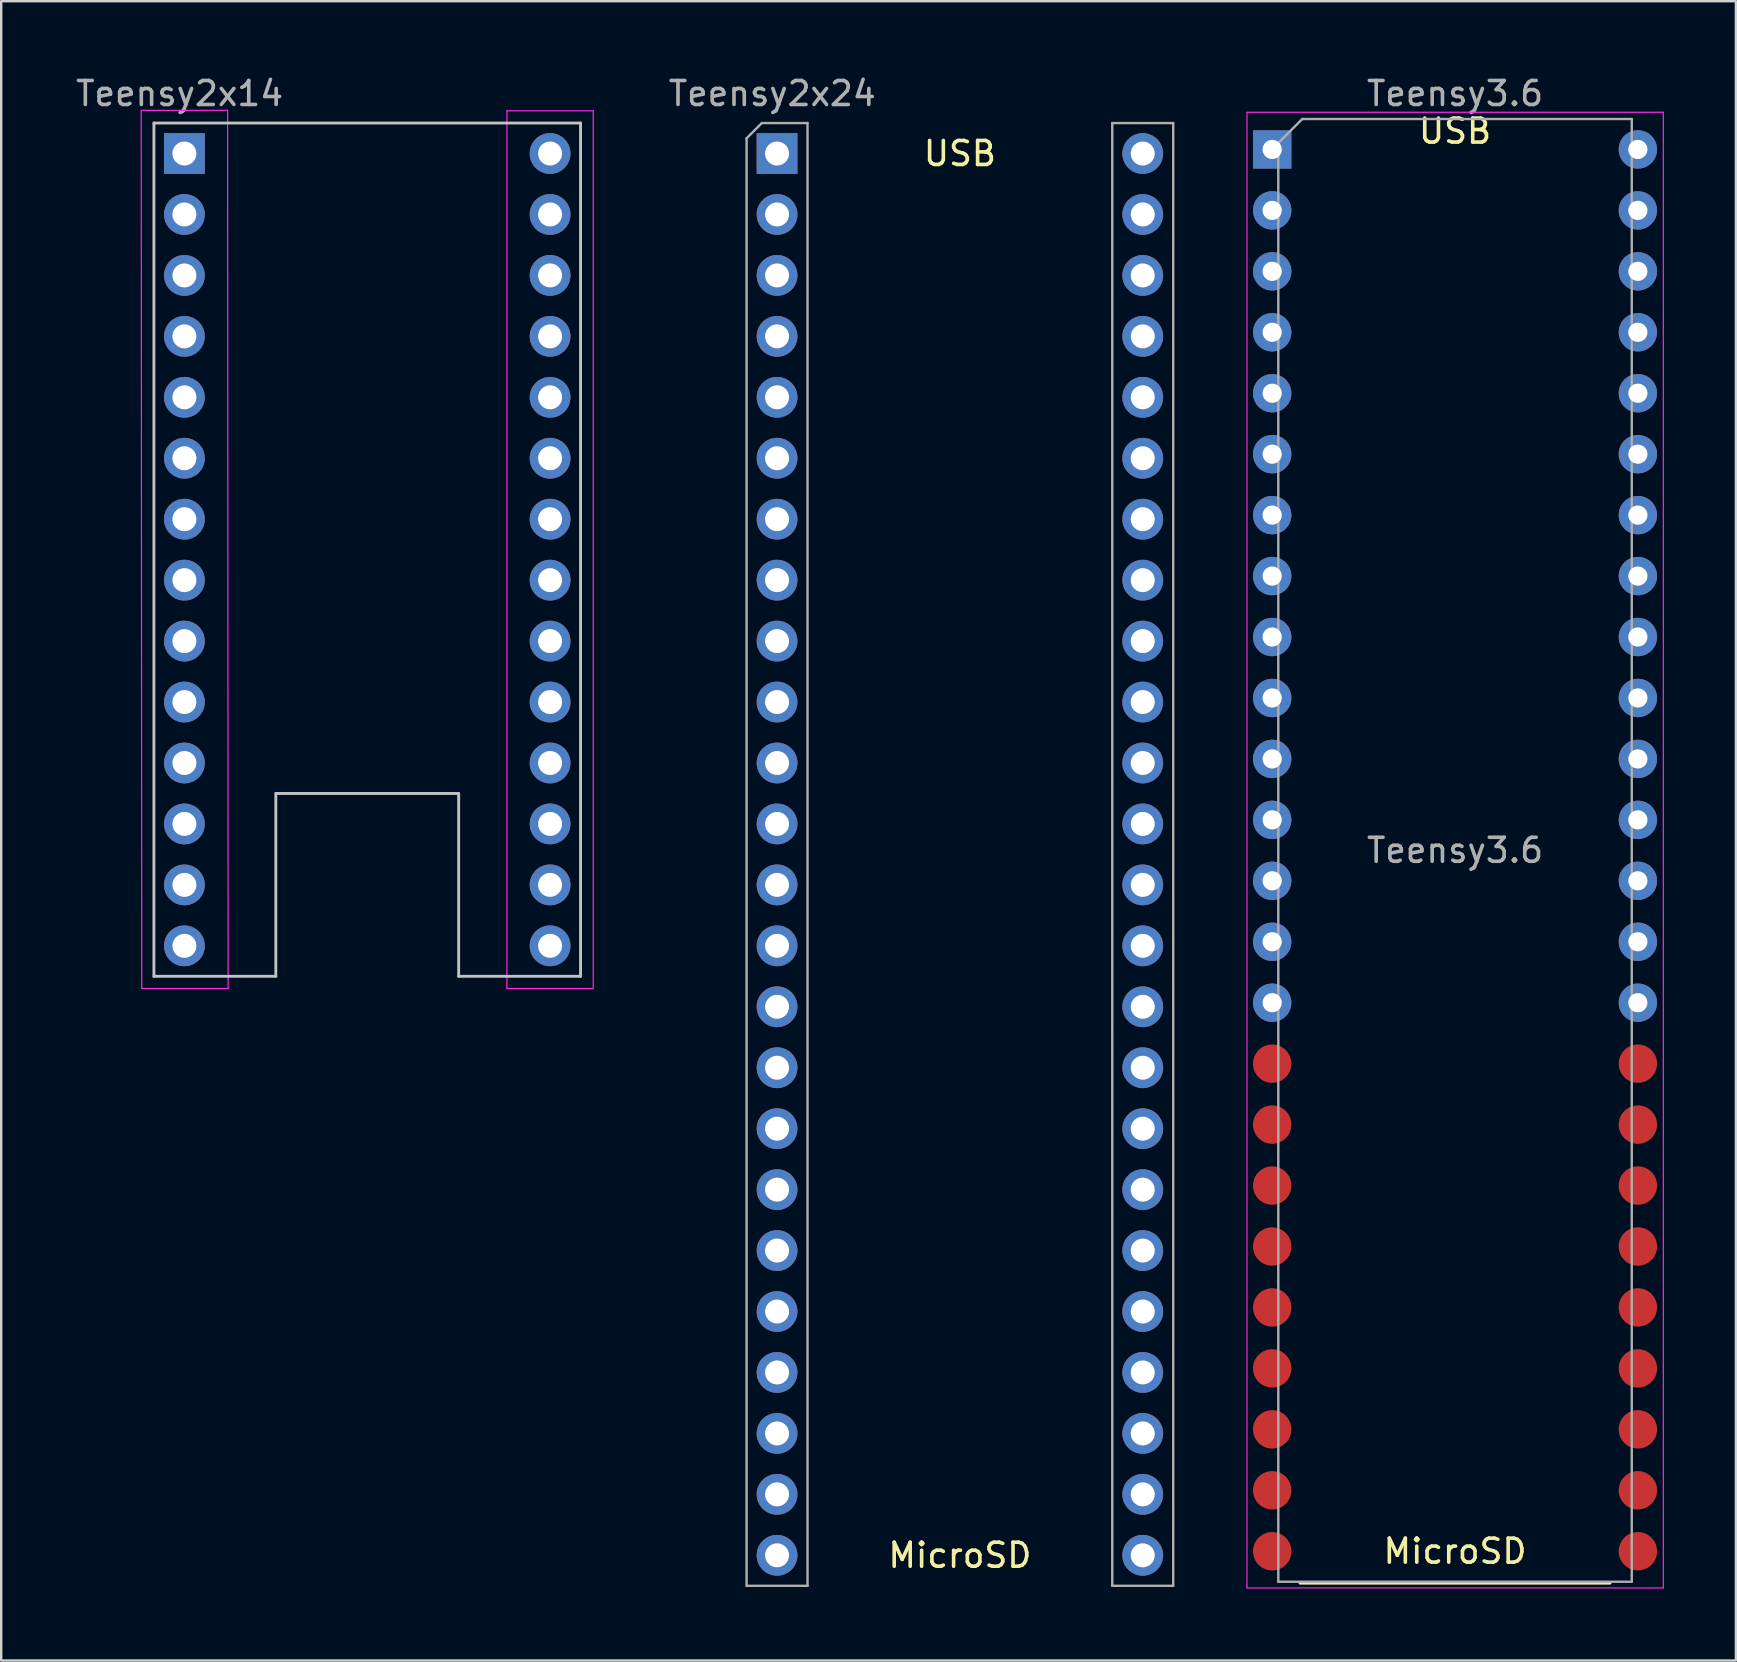
<source format=kicad_pcb>
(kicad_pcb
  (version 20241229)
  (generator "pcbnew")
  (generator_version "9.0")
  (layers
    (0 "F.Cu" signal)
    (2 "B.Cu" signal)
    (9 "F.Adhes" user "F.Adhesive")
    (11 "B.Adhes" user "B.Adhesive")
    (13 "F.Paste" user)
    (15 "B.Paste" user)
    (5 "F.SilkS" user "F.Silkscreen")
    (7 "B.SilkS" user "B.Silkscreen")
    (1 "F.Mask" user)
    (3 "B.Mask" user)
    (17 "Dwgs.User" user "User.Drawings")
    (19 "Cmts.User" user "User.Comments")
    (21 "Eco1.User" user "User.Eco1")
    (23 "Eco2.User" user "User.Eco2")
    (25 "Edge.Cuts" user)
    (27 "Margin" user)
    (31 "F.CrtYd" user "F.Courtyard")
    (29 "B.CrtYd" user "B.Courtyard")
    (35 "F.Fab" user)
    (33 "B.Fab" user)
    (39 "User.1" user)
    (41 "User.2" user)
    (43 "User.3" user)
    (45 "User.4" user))
  (footprint "Teensy3.6"
    (layer "F.Cu")
    (at 49.969 3.178)
    (property "Reference" "Teensy3.6" (at 7.62 -2.33 0) (layer "F.Fab") (effects (font (size 1 1) (thickness 0.15))))
    (attr through_hole)
    (fp_line (start 1.16 59.75) (end 14.08 59.75) (stroke (width 0.12) (type solid)) (layer "F.SilkS"))
    (fp_line (start -1.05 -1.55) (end -1.05 59.95) (stroke (width 0.05) (type solid)) (layer "F.CrtYd"))
    (fp_line (start -1.05 59.95) (end 16.3 59.95) (stroke (width 0.05) (type solid)) (layer "F.CrtYd"))
    (fp_line (start 16.3 -1.55) (end -1.05 -1.55) (stroke (width 0.05) (type solid)) (layer "F.CrtYd"))
    (fp_line (start 16.3 59.95) (end 16.3 -1.55) (stroke (width 0.05) (type solid)) (layer "F.CrtYd"))
    (fp_line (start 0.255 -0.27) (end 1.255 -1.27) (stroke (width 0.1) (type solid)) (layer "F.Fab"))
    (fp_line (start 0.255 59.69) (end 0.255 -0.27) (stroke (width 0.1) (type solid)) (layer "F.Fab"))
    (fp_line (start 1.255 -1.27) (end 14.985 -1.27) (stroke (width 0.1) (type solid)) (layer "F.Fab"))
    (fp_line (start 14.985 -1.27) (end 14.985 59.69) (stroke (width 0.1) (type solid)) (layer "F.Fab"))
    (fp_line (start 14.985 59.69) (end 0.255 59.69) (stroke (width 0.1) (type solid)) (layer "F.Fab"))
    (fp_text user "MicroSD" (at 7.62 58.42 0) (layer "F.SilkS") (effects (font (size 1 1) (thickness 0.15))))
    (fp_text user "USB" (at 7.62 -0.762 0) (layer "F.SilkS") (effects (font (size 1 1) (thickness 0.15))))
    (fp_text user "${REFERENCE}" (at 7.62 29.21 0) (layer "F.Fab") (effects (font (size 1 1) (thickness 0.15))))
    (pad "1" thru_hole rect (at 0 0) (size 1.6 1.6) (drill 0.8) (layers "*.Cu" "*.Mask"))
    (pad "2" thru_hole oval (at 0 2.54) (size 1.6 1.6) (drill 0.8) (layers "*.Cu" "*.Mask"))
    (pad "3" thru_hole oval (at 0 5.08) (size 1.6 1.6) (drill 0.8) (layers "*.Cu" "*.Mask"))
    (pad "4" thru_hole oval (at 0 7.62) (size 1.6 1.6) (drill 0.8) (layers "*.Cu" "*.Mask"))
    (pad "5" thru_hole oval (at 0 10.16) (size 1.6 1.6) (drill 0.8) (layers "*.Cu" "*.Mask"))
    (pad "6" thru_hole oval (at 0 12.7) (size 1.6 1.6) (drill 0.8) (layers "*.Cu" "*.Mask"))
    (pad "7" thru_hole oval (at 0 15.24) (size 1.6 1.6) (drill 0.8) (layers "*.Cu" "*.Mask"))
    (pad "8" thru_hole oval (at 0 17.78) (size 1.6 1.6) (drill 0.8) (layers "*.Cu" "*.Mask"))
    (pad "9" thru_hole oval (at 0 20.32) (size 1.6 1.6) (drill 0.8) (layers "*.Cu" "*.Mask"))
    (pad "10" thru_hole oval (at 0 22.86) (size 1.6 1.6) (drill 0.8) (layers "*.Cu" "*.Mask"))
    (pad "11" thru_hole oval (at 0 25.4) (size 1.6 1.6) (drill 0.8) (layers "*.Cu" "*.Mask"))
    (pad "12" thru_hole oval (at 0 27.94) (size 1.6 1.6) (drill 0.8) (layers "*.Cu" "*.Mask"))
    (pad "13" thru_hole oval (at 0 30.48) (size 1.6 1.6) (drill 0.8) (layers "*.Cu" "*.Mask"))
    (pad "14" thru_hole oval (at 0 33.02) (size 1.6 1.6) (drill 0.8) (layers "*.Cu" "*.Mask"))
    (pad "15" thru_hole oval (at 0 35.56) (size 1.6 1.6) (drill 0.8) (layers "*.Cu" "*.Mask"))
    (pad "16" smd oval (at 0 38.1) (size 1.6 1.6) (layers "F.Cu" "F.Mask" "F.Paste"))
    (pad "17" smd oval (at 0 40.64) (size 1.6 1.6) (layers "F.Cu" "F.Mask" "F.Paste"))
    (pad "18" smd oval (at 0 43.18) (size 1.6 1.6) (layers "F.Cu" "F.Mask" "F.Paste"))
    (pad "19" smd oval (at 0 45.72) (size 1.6 1.6) (layers "F.Cu" "F.Mask" "F.Paste"))
    (pad "20" smd oval (at 0 48.26) (size 1.6 1.6) (layers "F.Cu" "F.Mask" "F.Paste"))
    (pad "21" smd oval (at 0 50.8) (size 1.6 1.6) (layers "F.Cu" "F.Mask" "F.Paste"))
    (pad "22" smd oval (at 0 53.34) (size 1.6 1.6) (layers "F.Cu" "F.Mask" "F.Paste"))
    (pad "23" smd oval (at 0 55.88) (size 1.6 1.6) (layers "F.Cu" "F.Mask" "F.Paste"))
    (pad "24" smd oval (at 0 58.42) (size 1.6 1.6) (layers "F.Cu" "F.Mask" "F.Paste"))
    (pad "25" smd oval (at 15.24 58.42) (size 1.6 1.6) (layers "F.Cu" "F.Mask" "F.Paste"))
    (pad "26" smd oval (at 15.24 55.88) (size 1.6 1.6) (layers "F.Cu" "F.Mask" "F.Paste"))
    (pad "27" smd oval (at 15.24 53.34) (size 1.6 1.6) (layers "F.Cu" "F.Mask" "F.Paste"))
    (pad "28" smd oval (at 15.24 50.8) (size 1.6 1.6) (layers "F.Cu" "F.Mask" "F.Paste"))
    (pad "29" smd oval (at 15.24 48.26) (size 1.6 1.6) (layers "F.Cu" "F.Mask" "F.Paste"))
    (pad "30" smd oval (at 15.24 45.72) (size 1.6 1.6) (layers "F.Cu" "F.Mask" "F.Paste"))
    (pad "31" smd oval (at 15.24 43.18) (size 1.6 1.6) (layers "F.Cu" "F.Mask" "F.Paste"))
    (pad "32" smd oval (at 15.24 40.64) (size 1.6 1.6) (layers "F.Cu" "F.Mask" "F.Paste"))
    (pad "33" smd oval (at 15.24 38.1) (size 1.6 1.6) (layers "F.Cu" "F.Mask" "F.Paste"))
    (pad "34" thru_hole oval (at 15.24 35.56) (size 1.6 1.6) (drill 0.8) (layers "*.Cu" "*.Mask"))
    (pad "35" thru_hole oval (at 15.24 33.02) (size 1.6 1.6) (drill 0.8) (layers "*.Cu" "*.Mask"))
    (pad "36" thru_hole oval (at 15.24 30.48) (size 1.6 1.6) (drill 0.8) (layers "*.Cu" "*.Mask"))
    (pad "37" thru_hole oval (at 15.24 27.94) (size 1.6 1.6) (drill 0.8) (layers "*.Cu" "*.Mask"))
    (pad "38" thru_hole oval (at 15.24 25.4) (size 1.6 1.6) (drill 0.8) (layers "*.Cu" "*.Mask"))
    (pad "39" thru_hole oval (at 15.24 22.86) (size 1.6 1.6) (drill 0.8) (layers "*.Cu" "*.Mask"))
    (pad "40" thru_hole oval (at 15.24 20.32) (size 1.6 1.6) (drill 0.8) (layers "*.Cu" "*.Mask"))
    (pad "41" thru_hole oval (at 15.24 17.78) (size 1.6 1.6) (drill 0.8) (layers "*.Cu" "*.Mask"))
    (pad "42" thru_hole oval (at 15.24 15.24) (size 1.6 1.6) (drill 0.8) (layers "*.Cu" "*.Mask"))
    (pad "43" thru_hole oval (at 15.24 12.7) (size 1.6 1.6) (drill 0.8) (layers "*.Cu" "*.Mask"))
    (pad "44" thru_hole oval (at 15.24 10.16) (size 1.6 1.6) (drill 0.8) (layers "*.Cu" "*.Mask"))
    (pad "45" thru_hole oval (at 15.24 7.62) (size 1.6 1.6) (drill 0.8) (layers "*.Cu" "*.Mask"))
    (pad "46" thru_hole oval (at 15.24 5.08) (size 1.6 1.6) (drill 0.8) (layers "*.Cu" "*.Mask"))
    (pad "47" thru_hole oval (at 15.24 2.54) (size 1.6 1.6) (drill 0.8) (layers "*.Cu" "*.Mask"))
    (pad "48" thru_hole oval (at 15.24 0) (size 1.6 1.6) (drill 0.8) (layers "*.Cu" "*.Mask")))
  (footprint "Teensy2x24"
    (layer "F.Cu")
    (at 29.334 3.348)
    (property "Reference" "Teensy2x24" (at -0.2 -2.5 0) (layer "F.Fab") (effects (font (size 1 1) (thickness 0.15))))
    (attr through_hole)
    (fp_line (start -1.27 -0.635) (end -0.635 -1.27) (stroke (width 0.1) (type solid)) (layer "F.Fab"))
    (fp_line (start -1.27 59.69) (end -1.27 -0.635) (stroke (width 0.1) (type solid)) (layer "F.Fab"))
    (fp_line (start -0.635 -1.27) (end 1.27 -1.27) (stroke (width 0.1) (type solid)) (layer "F.Fab"))
    (fp_line (start 1.27 -1.27) (end 1.27 59.69) (stroke (width 0.1) (type solid)) (layer "F.Fab"))
    (fp_line (start 1.27 59.69) (end -1.27 59.69) (stroke (width 0.1) (type solid)) (layer "F.Fab"))
    (fp_line (start 13.97 -1.27) (end 16.51 -1.27) (stroke (width 0.1) (type solid)) (layer "F.Fab"))
    (fp_line (start 13.97 59.69) (end 13.97 -1.27) (stroke (width 0.1) (type solid)) (layer "F.Fab"))
    (fp_line (start 16.51 -1.27) (end 16.51 59.69) (stroke (width 0.1) (type solid)) (layer "F.Fab"))
    (fp_line (start 16.51 59.69) (end 13.97 59.69) (stroke (width 0.1) (type solid)) (layer "F.Fab"))
    (fp_text user "MicroSD" (at 7.62 58.42 0) (layer "F.SilkS") (effects (font (size 1 1) (thickness 0.15))))
    (fp_text user "USB" (at 7.62 0 0) (layer "F.SilkS") (effects (font (size 1 1) (thickness 0.15))))
    (pad "1" thru_hole rect (at 0 0) (size 1.7 1.7) (drill 1) (layers "*.Cu" "*.Mask"))
    (pad "2" thru_hole oval (at 0 2.54) (size 1.7 1.7) (drill 1) (layers "*.Cu" "*.Mask"))
    (pad "3" thru_hole oval (at 0 5.08) (size 1.7 1.7) (drill 1) (layers "*.Cu" "*.Mask"))
    (pad "4" thru_hole oval (at 0 7.62) (size 1.7 1.7) (drill 1) (layers "*.Cu" "*.Mask"))
    (pad "5" thru_hole oval (at 0 10.16) (size 1.7 1.7) (drill 1) (layers "*.Cu" "*.Mask"))
    (pad "6" thru_hole oval (at 0 12.7) (size 1.7 1.7) (drill 1) (layers "*.Cu" "*.Mask"))
    (pad "7" thru_hole oval (at 0 15.24) (size 1.7 1.7) (drill 1) (layers "*.Cu" "*.Mask"))
    (pad "8" thru_hole oval (at 0 17.78) (size 1.7 1.7) (drill 1) (layers "*.Cu" "*.Mask"))
    (pad "9" thru_hole oval (at 0 20.32) (size 1.7 1.7) (drill 1) (layers "*.Cu" "*.Mask"))
    (pad "10" thru_hole oval (at 0 22.86) (size 1.7 1.7) (drill 1) (layers "*.Cu" "*.Mask"))
    (pad "11" thru_hole oval (at 0 25.4) (size 1.7 1.7) (drill 1) (layers "*.Cu" "*.Mask"))
    (pad "12" thru_hole oval (at 0 27.94) (size 1.7 1.7) (drill 1) (layers "*.Cu" "*.Mask"))
    (pad "13" thru_hole oval (at 0 30.48) (size 1.7 1.7) (drill 1) (layers "*.Cu" "*.Mask"))
    (pad "14" thru_hole oval (at 0 33.02) (size 1.7 1.7) (drill 1) (layers "*.Cu" "*.Mask"))
    (pad "15" thru_hole oval (at 0 35.56) (size 1.7 1.7) (drill 1) (layers "*.Cu" "*.Mask"))
    (pad "16" thru_hole oval (at 0 38.1) (size 1.7 1.7) (drill 1) (layers "*.Cu" "*.Mask"))
    (pad "17" thru_hole oval (at 0 40.64) (size 1.7 1.7) (drill 1) (layers "*.Cu" "*.Mask"))
    (pad "18" thru_hole oval (at 0 43.18) (size 1.7 1.7) (drill 1) (layers "*.Cu" "*.Mask"))
    (pad "19" thru_hole oval (at 0 45.72) (size 1.7 1.7) (drill 1) (layers "*.Cu" "*.Mask"))
    (pad "20" thru_hole oval (at 0 48.26) (size 1.7 1.7) (drill 1) (layers "*.Cu" "*.Mask"))
    (pad "21" thru_hole oval (at 0 50.8) (size 1.7 1.7) (drill 1) (layers "*.Cu" "*.Mask"))
    (pad "22" thru_hole oval (at 0 53.34) (size 1.7 1.7) (drill 1) (layers "*.Cu" "*.Mask"))
    (pad "23" thru_hole oval (at 0 55.88) (size 1.7 1.7) (drill 1) (layers "*.Cu" "*.Mask"))
    (pad "24" thru_hole oval (at 0 58.42) (size 1.7 1.7) (drill 1) (layers "*.Cu" "*.Mask"))
    (pad "25" thru_hole circle (at 15.24 58.42 180) (size 1.7 1.7) (drill 1) (layers "*.Cu" "*.Mask"))
    (pad "26" thru_hole oval (at 15.24 55.88 180) (size 1.7 1.7) (drill 1) (layers "*.Cu" "*.Mask"))
    (pad "27" thru_hole oval (at 15.24 53.34 180) (size 1.7 1.7) (drill 1) (layers "*.Cu" "*.Mask"))
    (pad "28" thru_hole oval (at 15.24 50.8 180) (size 1.7 1.7) (drill 1) (layers "*.Cu" "*.Mask"))
    (pad "29" thru_hole oval (at 15.24 48.26 180) (size 1.7 1.7) (drill 1) (layers "*.Cu" "*.Mask"))
    (pad "30" thru_hole oval (at 15.24 45.72 180) (size 1.7 1.7) (drill 1) (layers "*.Cu" "*.Mask"))
    (pad "31" thru_hole oval (at 15.24 43.18 180) (size 1.7 1.7) (drill 1) (layers "*.Cu" "*.Mask"))
    (pad "32" thru_hole oval (at 15.24 40.64 180) (size 1.7 1.7) (drill 1) (layers "*.Cu" "*.Mask"))
    (pad "33" thru_hole oval (at 15.24 38.1 180) (size 1.7 1.7) (drill 1) (layers "*.Cu" "*.Mask"))
    (pad "34" thru_hole oval (at 15.24 35.56 180) (size 1.7 1.7) (drill 1) (layers "*.Cu" "*.Mask"))
    (pad "35" thru_hole oval (at 15.24 33.02 180) (size 1.7 1.7) (drill 1) (layers "*.Cu" "*.Mask"))
    (pad "36" thru_hole oval (at 15.24 30.48 180) (size 1.7 1.7) (drill 1) (layers "*.Cu" "*.Mask"))
    (pad "37" thru_hole oval (at 15.24 27.94 180) (size 1.7 1.7) (drill 1) (layers "*.Cu" "*.Mask"))
    (pad "38" thru_hole oval (at 15.24 25.4 180) (size 1.7 1.7) (drill 1) (layers "*.Cu" "*.Mask"))
    (pad "39" thru_hole oval (at 15.24 22.86 180) (size 1.7 1.7) (drill 1) (layers "*.Cu" "*.Mask"))
    (pad "40" thru_hole oval (at 15.24 20.32 180) (size 1.7 1.7) (drill 1) (layers "*.Cu" "*.Mask"))
    (pad "41" thru_hole oval (at 15.24 17.78 180) (size 1.7 1.7) (drill 1) (layers "*.Cu" "*.Mask"))
    (pad "42" thru_hole oval (at 15.24 15.24 180) (size 1.7 1.7) (drill 1) (layers "*.Cu" "*.Mask"))
    (pad "43" thru_hole oval (at 15.24 12.7 180) (size 1.7 1.7) (drill 1) (layers "*.Cu" "*.Mask"))
    (pad "44" thru_hole oval (at 15.24 10.16 180) (size 1.7 1.7) (drill 1) (layers "*.Cu" "*.Mask"))
    (pad "45" thru_hole oval (at 15.24 7.62 180) (size 1.7 1.7) (drill 1) (layers "*.Cu" "*.Mask"))
    (pad "46" thru_hole oval (at 15.24 5.08 180) (size 1.7 1.7) (drill 1) (layers "*.Cu" "*.Mask"))
    (pad "47" thru_hole oval (at 15.24 2.54 180) (size 1.7 1.7) (drill 1) (layers "*.Cu" "*.Mask"))
    (pad "48" thru_hole oval (at 15.24 0 180) (size 1.7 1.7) (drill 1) (layers "*.Cu" "*.Mask")))
  (footprint "Teensy2x14"
    (layer "F.Cu")
    (at 4.635 3.348)
    (property "Reference" "Teensy2x14" (at -0.2 -2.5 0) (layer "F.Fab") (effects (font (size 1 1) (thickness 0.15))))
    (attr through_hole)
    (fp_line (start -1.27 -1.27) (end 16.51 -1.27) (stroke (width 0.12) (type solid)) (layer "Dwgs.User"))
    (fp_line (start -1.27 34.29) (end -1.27 -1.27) (stroke (width 0.12) (type solid)) (layer "Dwgs.User"))
    (fp_line (start 3.81 26.67) (end 3.81 34.29) (stroke (width 0.12) (type solid)) (layer "Dwgs.User"))
    (fp_line (start 3.81 34.29) (end -1.27 34.29) (stroke (width 0.12) (type solid)) (layer "Dwgs.User"))
    (fp_line (start 11.43 26.67) (end 3.81 26.67) (stroke (width 0.12) (type solid)) (layer "Dwgs.User"))
    (fp_line (start 11.43 34.29) (end 11.43 26.67) (stroke (width 0.12) (type solid)) (layer "Dwgs.User"))
    (fp_line (start 16.51 -1.27) (end 16.51 34.29) (stroke (width 0.12) (type solid)) (layer "Dwgs.User"))
    (fp_line (start 16.51 34.29) (end 11.43 34.29) (stroke (width 0.12) (type solid)) (layer "Dwgs.User"))
    (fp_line (start -1.8 -1.8) (end -1.778 34.798) (stroke (width 0.05) (type solid)) (layer "F.CrtYd"))
    (fp_line (start -1.778 34.798) (end 1.822 34.798) (stroke (width 0.05) (type solid)) (layer "F.CrtYd"))
    (fp_line (start 1.8 -1.8) (end -1.8 -1.8) (stroke (width 0.05) (type solid)) (layer "F.CrtYd"))
    (fp_line (start 1.822 34.798) (end 1.8 -1.8) (stroke (width 0.05) (type solid)) (layer "F.CrtYd"))
    (fp_line (start 13.44 -1.78) (end 13.44 34.798) (stroke (width 0.05) (type solid)) (layer "F.CrtYd"))
    (fp_line (start 13.44 34.798) (end 17.04 34.798) (stroke (width 0.05) (type solid)) (layer "F.CrtYd"))
    (fp_line (start 17.04 -1.78) (end 13.44 -1.78) (stroke (width 0.05) (type solid)) (layer "F.CrtYd"))
    (fp_line (start 17.04 34.798) (end 17.04 -1.78) (stroke (width 0.05) (type solid)) (layer "F.CrtYd"))
    (pad "1" thru_hole rect (at 0 0) (size 1.7 1.7) (drill 1) (layers "*.Cu" "*.Mask"))
    (pad "2" thru_hole oval (at 0 2.54) (size 1.7 1.7) (drill 1) (layers "*.Cu" "*.Mask"))
    (pad "3" thru_hole oval (at 0 5.08) (size 1.7 1.7) (drill 1) (layers "*.Cu" "*.Mask"))
    (pad "4" thru_hole oval (at 0 7.62) (size 1.7 1.7) (drill 1) (layers "*.Cu" "*.Mask"))
    (pad "5" thru_hole oval (at 0 10.16) (size 1.7 1.7) (drill 1) (layers "*.Cu" "*.Mask"))
    (pad "6" thru_hole oval (at 0 12.7) (size 1.7 1.7) (drill 1) (layers "*.Cu" "*.Mask"))
    (pad "7" thru_hole oval (at 0 15.24) (size 1.7 1.7) (drill 1) (layers "*.Cu" "*.Mask"))
    (pad "8" thru_hole oval (at 0 17.78) (size 1.7 1.7) (drill 1) (layers "*.Cu" "*.Mask"))
    (pad "9" thru_hole oval (at 0 20.32) (size 1.7 1.7) (drill 1) (layers "*.Cu" "*.Mask"))
    (pad "10" thru_hole oval (at 0 22.86) (size 1.7 1.7) (drill 1) (layers "*.Cu" "*.Mask"))
    (pad "11" thru_hole oval (at 0 25.4) (size 1.7 1.7) (drill 1) (layers "*.Cu" "*.Mask"))
    (pad "12" thru_hole oval (at 0 27.94) (size 1.7 1.7) (drill 1) (layers "*.Cu" "*.Mask"))
    (pad "13" thru_hole oval (at 0 30.48) (size 1.7 1.7) (drill 1) (layers "*.Cu" "*.Mask"))
    (pad "14" thru_hole oval (at 0 33.02) (size 1.7 1.7) (drill 1) (layers "*.Cu" "*.Mask"))
    (pad "15" thru_hole oval (at 15.24 33.02 180) (size 1.7 1.7) (drill 1) (layers "*.Cu" "*.Mask"))
    (pad "16" thru_hole oval (at 15.24 30.48 180) (size 1.7 1.7) (drill 1) (layers "*.Cu" "*.Mask"))
    (pad "17" thru_hole oval (at 15.24 27.94 180) (size 1.7 1.7) (drill 1) (layers "*.Cu" "*.Mask"))
    (pad "18" thru_hole oval (at 15.24 25.4 180) (size 1.7 1.7) (drill 1) (layers "*.Cu" "*.Mask"))
    (pad "19" thru_hole oval (at 15.24 22.86 180) (size 1.7 1.7) (drill 1) (layers "*.Cu" "*.Mask"))
    (pad "20" thru_hole oval (at 15.24 20.32 180) (size 1.7 1.7) (drill 1) (layers "*.Cu" "*.Mask"))
    (pad "21" thru_hole oval (at 15.24 17.78 180) (size 1.7 1.7) (drill 1) (layers "*.Cu" "*.Mask"))
    (pad "22" thru_hole oval (at 15.24 15.24 180) (size 1.7 1.7) (drill 1) (layers "*.Cu" "*.Mask"))
    (pad "23" thru_hole oval (at 15.24 12.7 180) (size 1.7 1.7) (drill 1) (layers "*.Cu" "*.Mask"))
    (pad "24" thru_hole oval (at 15.24 10.16 180) (size 1.7 1.7) (drill 1) (layers "*.Cu" "*.Mask"))
    (pad "25" thru_hole oval (at 15.24 7.62 180) (size 1.7 1.7) (drill 1) (layers "*.Cu" "*.Mask"))
    (pad "26" thru_hole oval (at 15.24 5.08 180) (size 1.7 1.7) (drill 1) (layers "*.Cu" "*.Mask"))
    (pad "27" thru_hole oval (at 15.24 2.54 180) (size 1.7 1.7) (drill 1) (layers "*.Cu" "*.Mask"))
    (pad "28" thru_hole oval (at 15.24 0 180) (size 1.7 1.7) (drill 1) (layers "*.Cu" "*.Mask")))
  (gr_rect
    (start -3 -3)
    (end 69.294 66.153)
    (stroke (width 0.1) (type default))
    (fill no)
    (layer "Edge.Cuts")))
</source>
